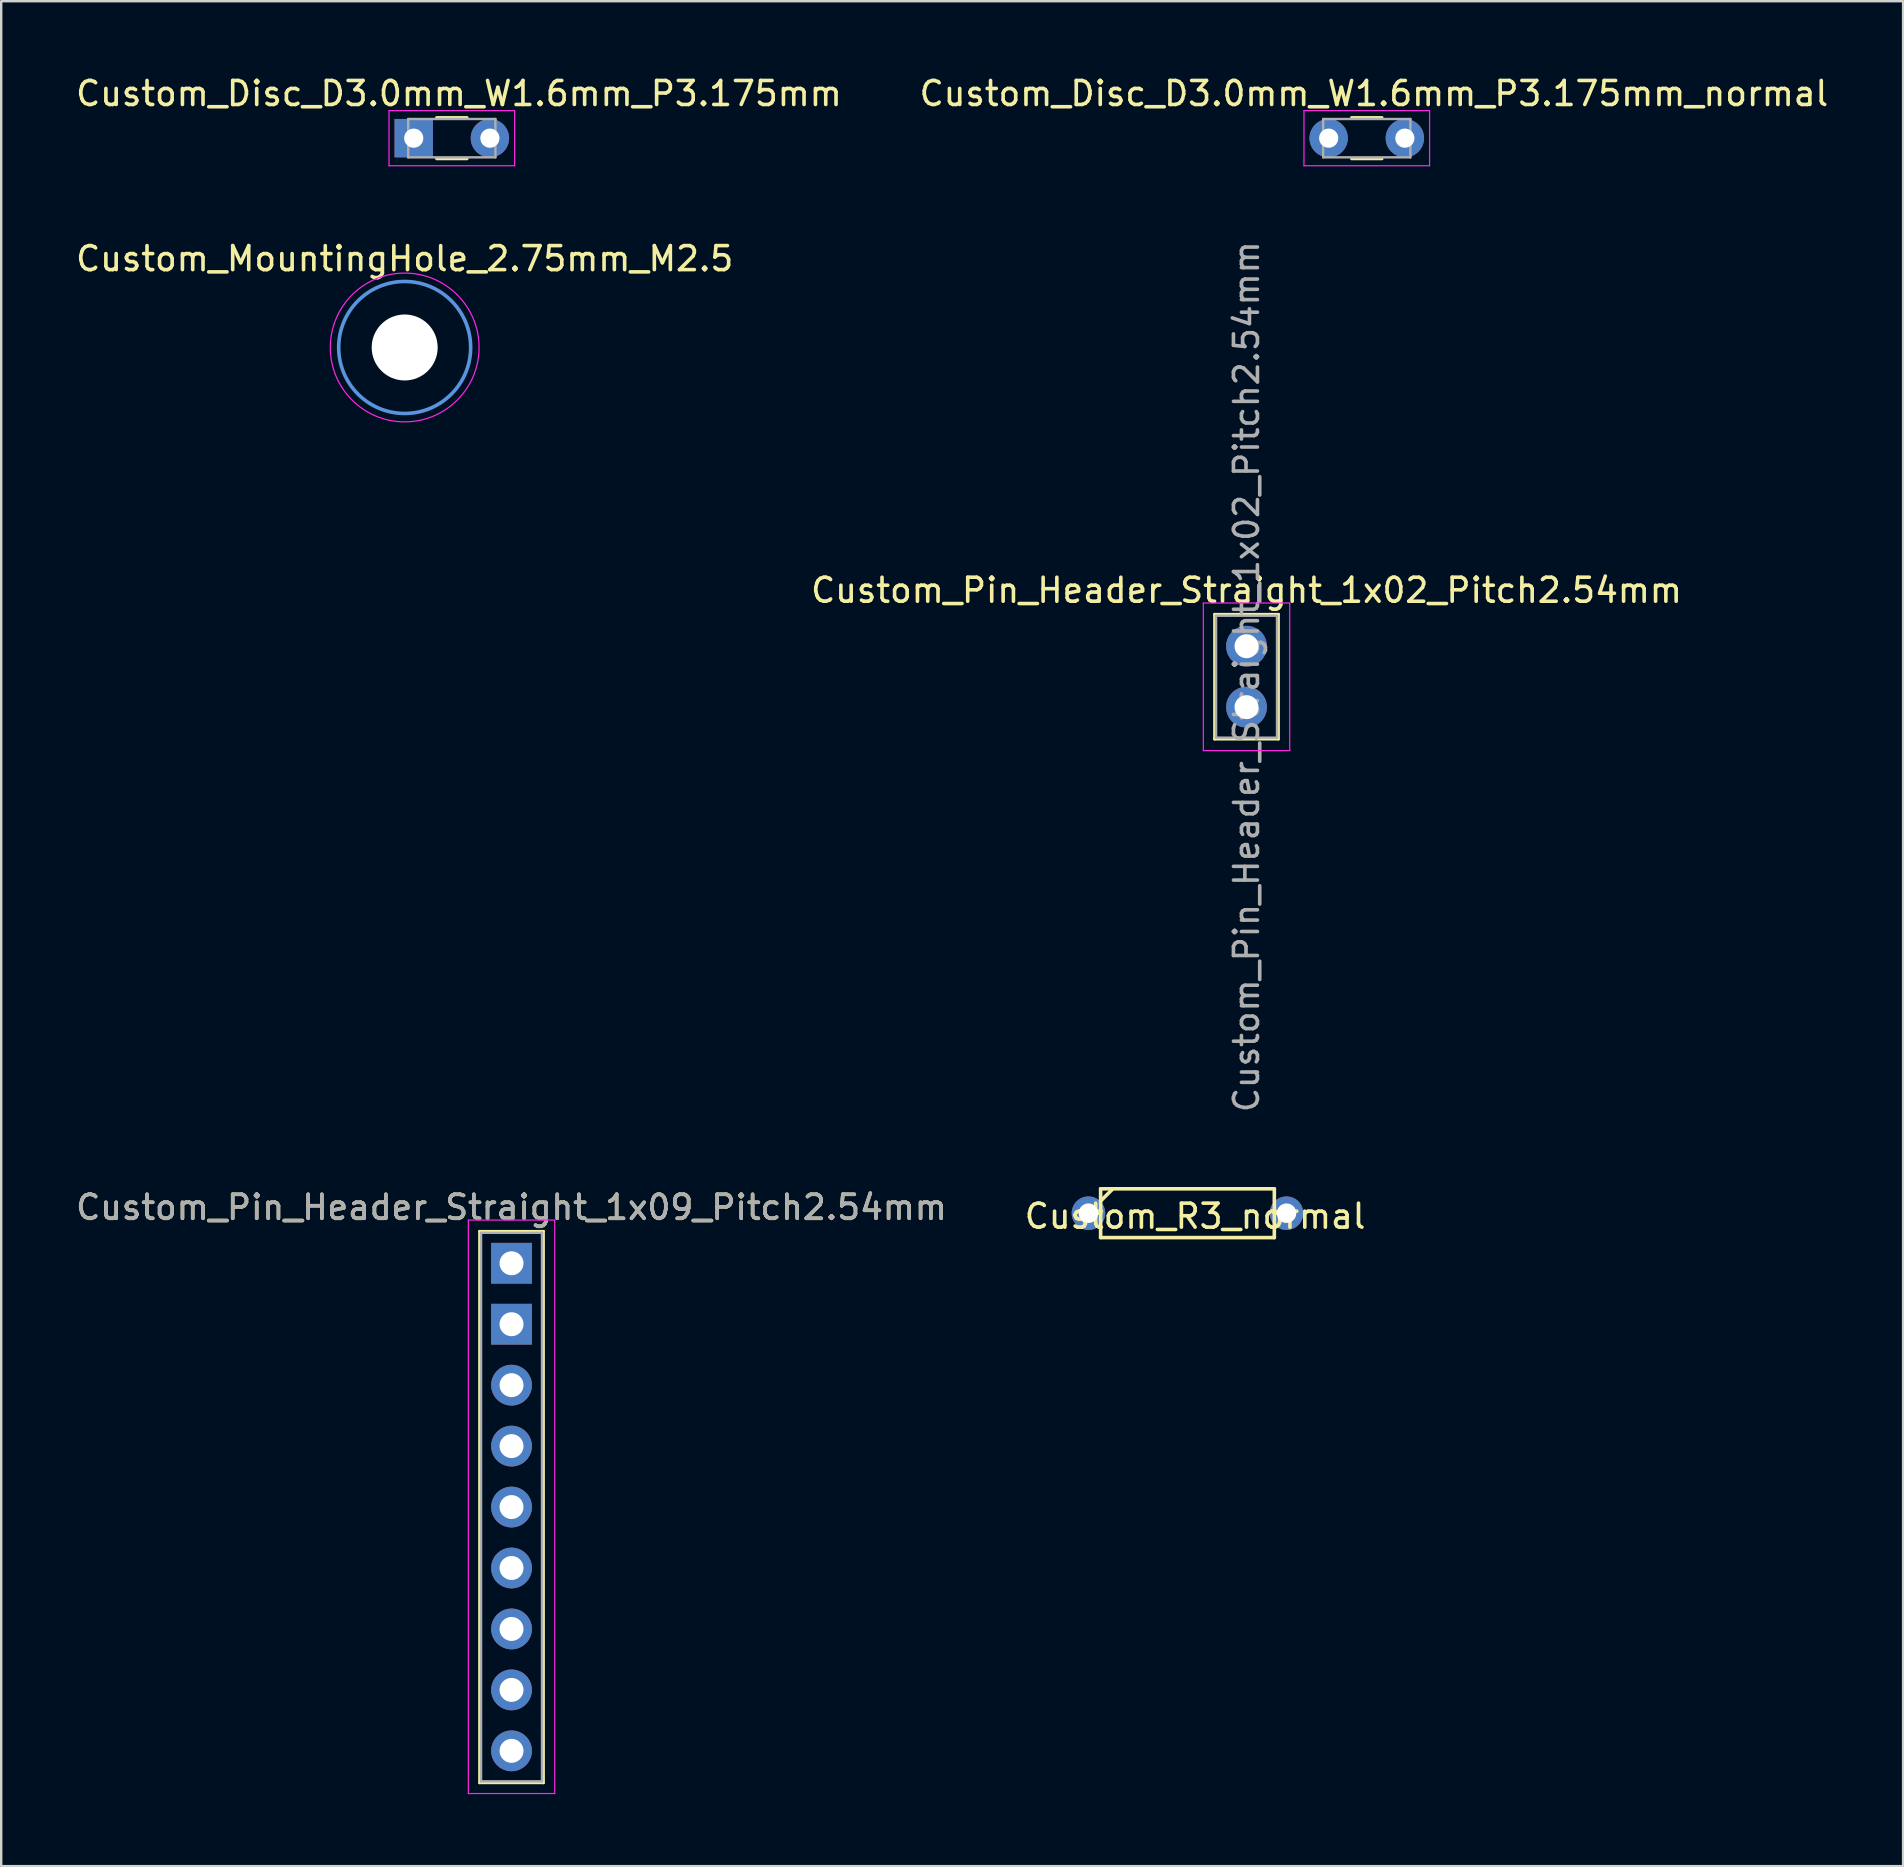
<source format=kicad_pcb>
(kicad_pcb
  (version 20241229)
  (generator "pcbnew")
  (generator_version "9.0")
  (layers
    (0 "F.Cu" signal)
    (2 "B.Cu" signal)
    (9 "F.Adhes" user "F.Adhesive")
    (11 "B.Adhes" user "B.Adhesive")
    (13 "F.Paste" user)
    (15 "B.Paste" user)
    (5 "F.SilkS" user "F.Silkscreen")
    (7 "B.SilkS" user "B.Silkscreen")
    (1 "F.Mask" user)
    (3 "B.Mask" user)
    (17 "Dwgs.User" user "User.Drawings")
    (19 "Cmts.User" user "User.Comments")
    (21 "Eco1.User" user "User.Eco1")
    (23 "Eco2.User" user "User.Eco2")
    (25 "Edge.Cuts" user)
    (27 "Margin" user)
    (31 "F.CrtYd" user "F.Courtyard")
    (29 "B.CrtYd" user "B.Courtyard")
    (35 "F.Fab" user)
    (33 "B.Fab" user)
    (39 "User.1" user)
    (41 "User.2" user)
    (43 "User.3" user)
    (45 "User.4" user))
  (footprint "Custom_Disc_D3.0mm_W1.6mm_P3.175mm"
    (layer "F.Cu")
    (at 14.192 2.708)
    (property "Reference" "Custom_Disc_D3.0mm_W1.6mm_P3.175mm" (at 1.885 -1.86 0) (layer "F.SilkS") (effects (font (size 1 1) (thickness 0.15))))
    (attr through_hole)
    (fp_line (start 0.953 -0.861) (end 2.223 -0.861) (stroke (width 0.12) (type solid)) (layer "F.SilkS"))
    (fp_line (start 0.953 0.861) (end 2.223 0.861) (stroke (width 0.12) (type solid)) (layer "F.SilkS"))
    (fp_line (start -1.03 -1.15) (end -1.03 1.15) (stroke (width 0.05) (type solid)) (layer "F.CrtYd"))
    (fp_line (start -1.03 1.15) (end 4.205 1.15) (stroke (width 0.05) (type solid)) (layer "F.CrtYd"))
    (fp_line (start 4.205 -1.15) (end -1.03 -1.15) (stroke (width 0.05) (type solid)) (layer "F.CrtYd"))
    (fp_line (start 4.205 1.15) (end 4.205 -1.15) (stroke (width 0.05) (type solid)) (layer "F.CrtYd"))
    (fp_line (start -0.23 -0.8) (end -0.23 0.8) (stroke (width 0.1) (type solid)) (layer "F.Fab"))
    (fp_line (start -0.23 0.8) (end 3.405 0.8) (stroke (width 0.1) (type solid)) (layer "F.Fab"))
    (fp_line (start 3.405 -0.8) (end -0.23 -0.8) (stroke (width 0.1) (type solid)) (layer "F.Fab"))
    (fp_line (start 3.405 0.8) (end 3.405 -0.8) (stroke (width 0.1) (type solid)) (layer "F.Fab"))
    (pad "1" thru_hole rect (at 0 0) (size 1.6 1.6) (drill 0.8) (layers "*.Cu" "*.Mask"))
    (pad "2" thru_hole circle (at 3.175 0) (size 1.6 1.6) (drill 0.8) (layers "*.Cu" "*.Mask")))
  (footprint "Custom_Pin_Header_Straight_1x09_Pitch2.54mm"
    (layer "F.Cu")
    (at 18.268 49.597)
    (property "Reference" "Custom_Pin_Header_Straight_1x09_Pitch2.54mm" (at 0 -2.33 0) (layer "F.SilkS") (effects (font (size 1 1) (thickness 0.15))))
    (attr through_hole)
    (fp_line (start -1.33 -1.33) (end -1.33 21.65) (stroke (width 0.12) (type solid)) (layer "F.SilkS"))
    (fp_line (start -1.33 21.65) (end 1.33 21.65) (stroke (width 0.12) (type solid)) (layer "F.SilkS"))
    (fp_line (start 1.33 -1.33) (end -1.33 -1.33) (stroke (width 0.12) (type solid)) (layer "F.SilkS"))
    (fp_line (start 1.33 21.65) (end 1.33 -1.33) (stroke (width 0.12) (type solid)) (layer "F.SilkS"))
    (fp_line (start -1.8 -1.8) (end -1.8 22.1) (stroke (width 0.05) (type solid)) (layer "F.CrtYd"))
    (fp_line (start -1.8 22.1) (end 1.8 22.1) (stroke (width 0.05) (type solid)) (layer "F.CrtYd"))
    (fp_line (start 1.8 -1.8) (end -1.8 -1.8) (stroke (width 0.05) (type solid)) (layer "F.CrtYd"))
    (fp_line (start 1.8 22.1) (end 1.8 -1.8) (stroke (width 0.05) (type solid)) (layer "F.CrtYd"))
    (fp_line (start -1.27 -1.27) (end -1.27 21.59) (stroke (width 0.1) (type solid)) (layer "F.Fab"))
    (fp_line (start -1.27 21.59) (end 1.27 21.59) (stroke (width 0.1) (type solid)) (layer "F.Fab"))
    (fp_line (start 1.27 -1.27) (end -1.27 -1.27) (stroke (width 0.1) (type solid)) (layer "F.Fab"))
    (fp_line (start 1.27 21.59) (end 1.27 -1.27) (stroke (width 0.1) (type solid)) (layer "F.Fab"))
    (fp_text user "${REFERENCE}" (at 0 -2.33 0) (layer "F.Fab") (effects (font (size 1 1) (thickness 0.15))))
    (pad "1" thru_hole rect (at 0 0) (size 1.7 1.7) (drill 1) (layers "*.Cu" "*.Mask"))
    (pad "2" thru_hole rect (at 0 2.54) (size 1.7 1.7) (drill 1) (layers "*.Cu" "*.Mask"))
    (pad "3" thru_hole oval (at 0 5.08) (size 1.7 1.7) (drill 1) (layers "*.Cu" "*.Mask"))
    (pad "4" thru_hole oval (at 0 7.62) (size 1.7 1.7) (drill 1) (layers "*.Cu" "*.Mask"))
    (pad "5" thru_hole oval (at 0 10.16) (size 1.7 1.7) (drill 1) (layers "*.Cu" "*.Mask"))
    (pad "6" thru_hole oval (at 0 12.7) (size 1.7 1.7) (drill 1) (layers "*.Cu" "*.Mask"))
    (pad "7" thru_hole oval (at 0 15.24) (size 1.7 1.7) (drill 1) (layers "*.Cu" "*.Mask"))
    (pad "8" thru_hole oval (at 0 17.78) (size 1.7 1.7) (drill 1) (layers "*.Cu" "*.Mask"))
    (pad "9" thru_hole oval (at 0 20.32) (size 1.7 1.7) (drill 1) (layers "*.Cu" "*.Mask")))
  (footprint "Custom_Disc_D3.0mm_W1.6mm_P3.175mm_normal"
    (layer "F.Cu")
    (at 52.323 2.708)
    (property "Reference" "Custom_Disc_D3.0mm_W1.6mm_P3.175mm_normal" (at 1.885 -1.86 0) (layer "F.SilkS") (effects (font (size 1 1) (thickness 0.15))))
    (attr through_hole)
    (fp_line (start 0.953 -0.861) (end 2.223 -0.861) (stroke (width 0.12) (type solid)) (layer "F.SilkS"))
    (fp_line (start 0.953 0.861) (end 2.223 0.861) (stroke (width 0.12) (type solid)) (layer "F.SilkS"))
    (fp_line (start -1.03 -1.15) (end -1.03 1.15) (stroke (width 0.05) (type solid)) (layer "F.CrtYd"))
    (fp_line (start -1.03 1.15) (end 4.205 1.15) (stroke (width 0.05) (type solid)) (layer "F.CrtYd"))
    (fp_line (start 4.205 -1.15) (end -1.03 -1.15) (stroke (width 0.05) (type solid)) (layer "F.CrtYd"))
    (fp_line (start 4.205 1.15) (end 4.205 -1.15) (stroke (width 0.05) (type solid)) (layer "F.CrtYd"))
    (fp_line (start -0.23 -0.8) (end -0.23 0.8) (stroke (width 0.1) (type solid)) (layer "F.Fab"))
    (fp_line (start -0.23 0.8) (end 3.405 0.8) (stroke (width 0.1) (type solid)) (layer "F.Fab"))
    (fp_line (start 3.405 -0.8) (end -0.23 -0.8) (stroke (width 0.1) (type solid)) (layer "F.Fab"))
    (fp_line (start 3.405 0.8) (end 3.405 -0.8) (stroke (width 0.1) (type solid)) (layer "F.Fab"))
    (pad "1" thru_hole circle (at 0 0) (size 1.6 1.6) (drill 0.8) (layers "*.Cu" "*.Mask"))
    (pad "2" thru_hole circle (at 3.175 0) (size 1.6 1.6) (drill 0.8) (layers "*.Cu" "*.Mask")))
  (footprint "Custom_Pin_Header_Straight_1x02_Pitch2.54mm"
    (layer "F.Cu")
    (at 48.899 23.881)
    (property "Reference" "Custom_Pin_Header_Straight_1x02_Pitch2.54mm" (at 0 -2.33 0) (layer "F.SilkS") (effects (font (size 1 1) (thickness 0.15))))
    (attr through_hole)
    (fp_line (start -1.33 -1.33) (end -1.33 3.87) (stroke (width 0.12) (type solid)) (layer "F.SilkS"))
    (fp_line (start -1.33 -1.33) (end 1.33 -1.33) (stroke (width 0.12) (type solid)) (layer "F.SilkS"))
    (fp_line (start -1.33 3.87) (end 1.33 3.87) (stroke (width 0.12) (type solid)) (layer "F.SilkS"))
    (fp_line (start 1.33 -1.33) (end 1.33 3.87) (stroke (width 0.12) (type solid)) (layer "F.SilkS"))
    (fp_line (start -1.8 -1.8) (end -1.8 4.35) (stroke (width 0.05) (type solid)) (layer "F.CrtYd"))
    (fp_line (start -1.8 4.35) (end 1.8 4.35) (stroke (width 0.05) (type solid)) (layer "F.CrtYd"))
    (fp_line (start 1.8 -1.8) (end -1.8 -1.8) (stroke (width 0.05) (type solid)) (layer "F.CrtYd"))
    (fp_line (start 1.8 4.35) (end 1.8 -1.8) (stroke (width 0.05) (type solid)) (layer "F.CrtYd"))
    (fp_line (start -1.27 -1.27) (end 1.27 -1.27) (stroke (width 0.1) (type solid)) (layer "F.Fab"))
    (fp_line (start -1.27 3.81) (end -1.27 -1.27) (stroke (width 0.1) (type solid)) (layer "F.Fab"))
    (fp_line (start 1.27 -1.27) (end 1.27 3.81) (stroke (width 0.1) (type solid)) (layer "F.Fab"))
    (fp_line (start 1.27 3.81) (end -1.27 3.81) (stroke (width 0.1) (type solid)) (layer "F.Fab"))
    (fp_text user "${REFERENCE}" (at 0 1.27 90) (layer "F.Fab") (effects (font (size 1 1) (thickness 0.15))))
    (pad "1" thru_hole oval (at 0 0) (size 1.7 1.7) (drill 1) (layers "*.Cu" "*.Mask"))
    (pad "2" thru_hole oval (at 0 2.54) (size 1.7 1.7) (drill 1) (layers "*.Cu" "*.Mask")))
  (footprint "Custom_R3_normal"
    (layer "F.Cu")
    (at 46.121 47.51)
    (property "Reference" "Custom_R3_normal" (at 0.635 0.127 0) (layer "F.SilkS") (effects (font (size 1 1) (thickness 0.15))))
    (attr through_hole)
    (fp_line (start -3.81 0) (end -3.302 0) (stroke (width 0.15) (type solid)) (layer "F.SilkS"))
    (fp_line (start -3.302 -1.016) (end -3.302 1.016) (stroke (width 0.15) (type solid)) (layer "F.SilkS"))
    (fp_line (start -3.302 -0.508) (end -2.794 -1.016) (stroke (width 0.15) (type solid)) (layer "F.SilkS"))
    (fp_line (start -3.302 1.016) (end 3.937 1.016) (stroke (width 0.15) (type solid)) (layer "F.SilkS"))
    (fp_line (start 3.937 -1.016) (end -3.302 -1.016) (stroke (width 0.15) (type solid)) (layer "F.SilkS"))
    (fp_line (start 3.937 0) (end 3.937 -1.016) (stroke (width 0.15) (type solid)) (layer "F.SilkS"))
    (fp_line (start 3.937 1.016) (end 3.937 0) (stroke (width 0.15) (type solid)) (layer "F.SilkS"))
    (fp_line (start 4.445 0) (end 3.937 0) (stroke (width 0.15) (type solid)) (layer "F.SilkS"))
    (pad "1" thru_hole circle (at -3.81 0) (size 1.397 1.397) (drill 0.813) (layers "*.Cu" "*.Mask"))
    (pad "2" thru_hole circle (at 4.445 0) (size 1.397 1.397) (drill 0.813) (layers "*.Cu" "*.Mask")))
  (footprint "Custom_MountingHole_2.75mm_M2.5"
    (layer "F.Cu")
    (at 13.815 11.431)
    (property "Reference" "Custom_MountingHole_2.75mm_M2.5" (at 0 -3.7 0) (layer "F.SilkS") (effects (font (size 1 1) (thickness 0.15))))
    (attr through_hole)
    (fp_circle (center 0 0) (end 2.75 0) (stroke (width 0.15) (type solid)) (fill no) (layer "Cmts.User"))
    (fp_circle (center 0 0) (end 3.1 0) (stroke (width 0.05) (type solid)) (fill no) (layer "F.CrtYd"))
    (pad "" np_thru_hole circle (at 0 0) (size 2.75 2.75) (drill 2.75) (layers "*.Cu" "*.Mask")))
  (gr_rect
    (start -3 -3)
    (end 76.262 74.722)
    (stroke (width 0.1) (type default))
    (fill no)
    (layer "Edge.Cuts")))
</source>
